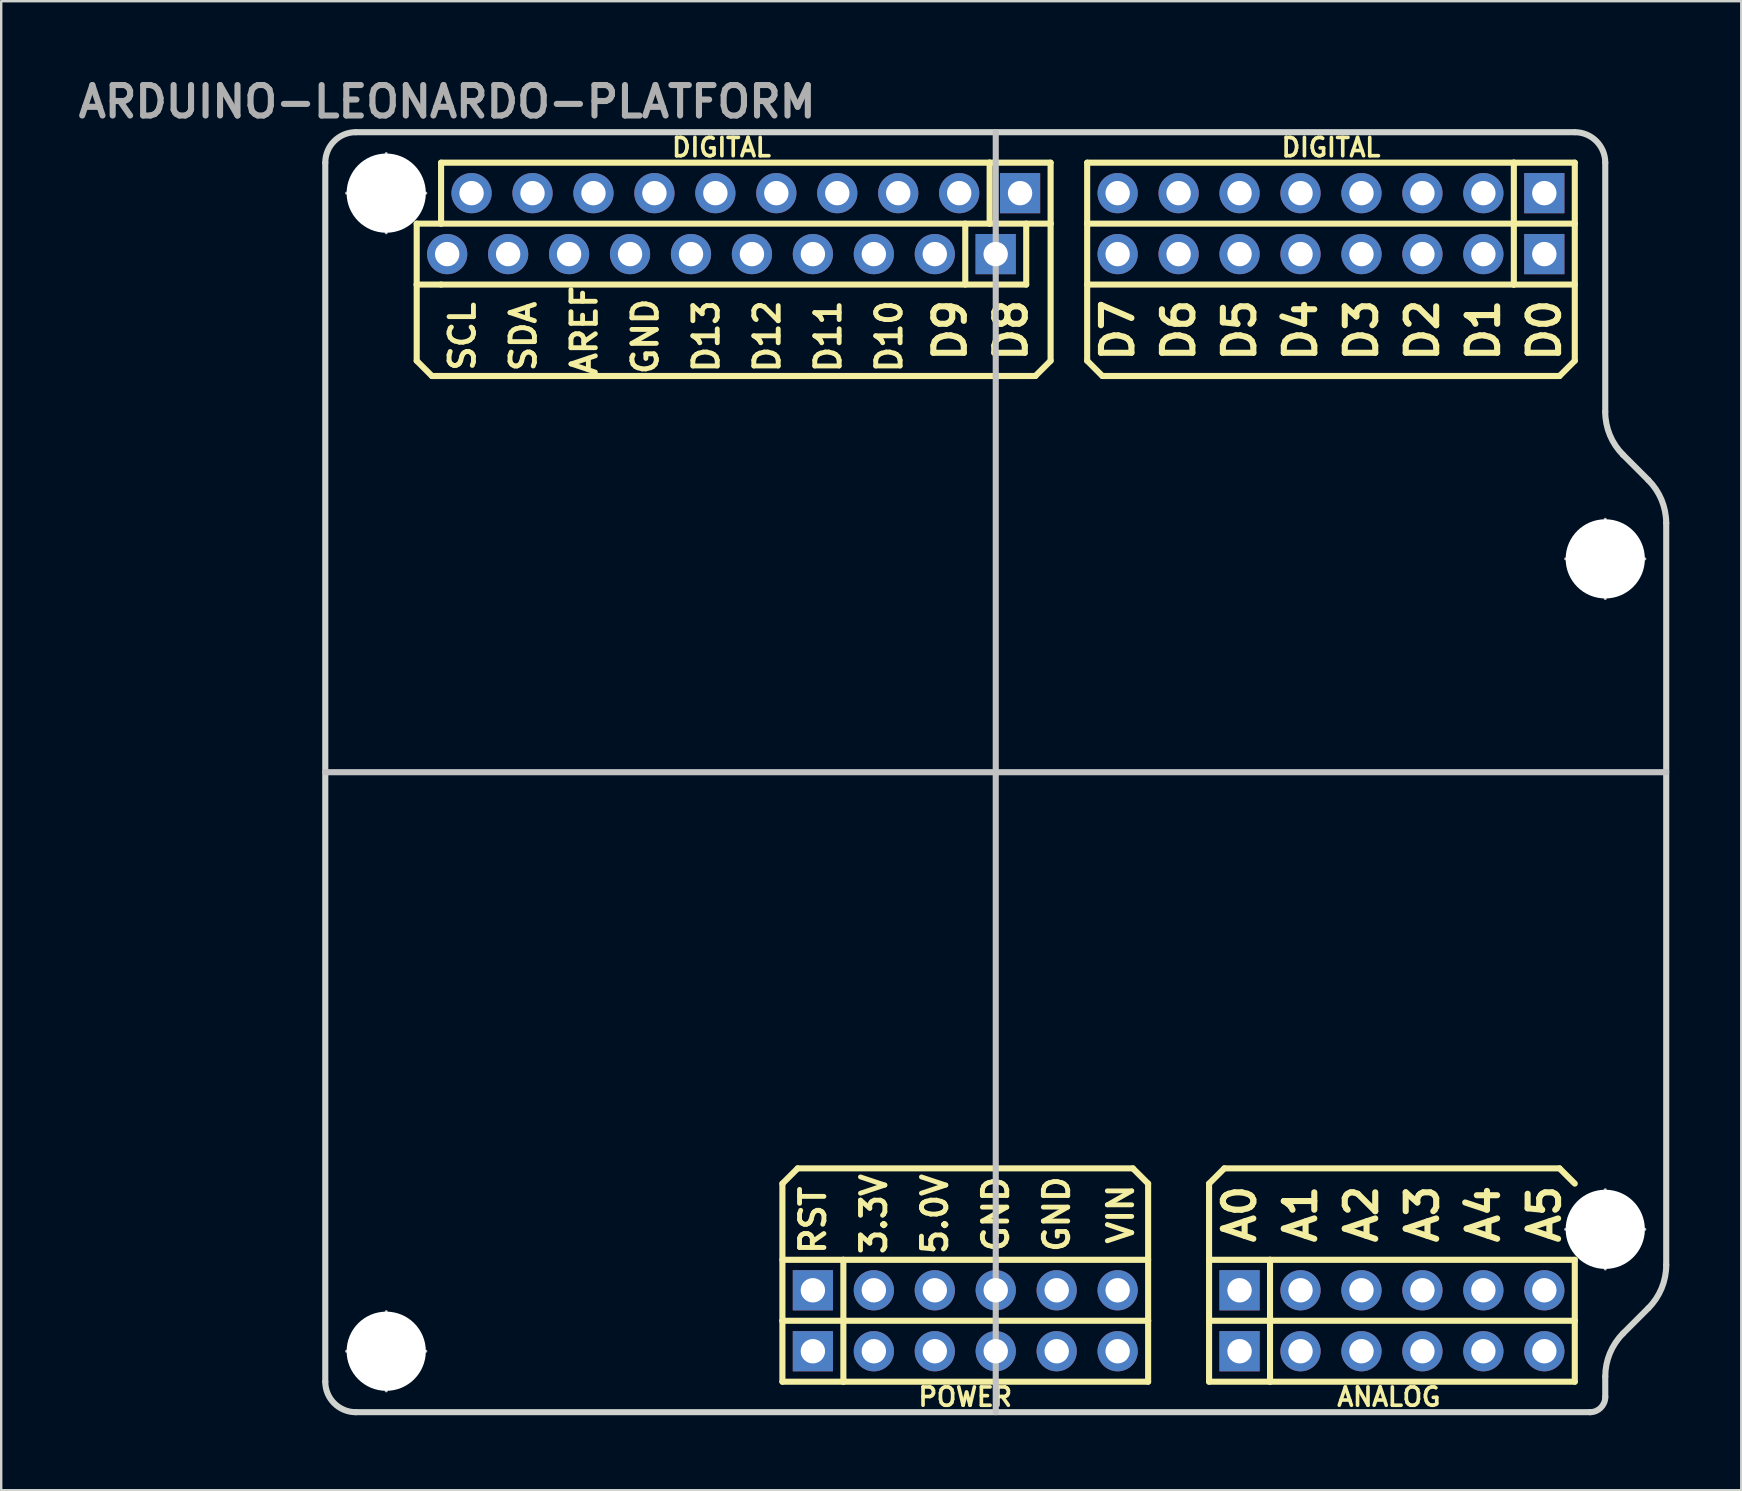
<source format=kicad_pcb>
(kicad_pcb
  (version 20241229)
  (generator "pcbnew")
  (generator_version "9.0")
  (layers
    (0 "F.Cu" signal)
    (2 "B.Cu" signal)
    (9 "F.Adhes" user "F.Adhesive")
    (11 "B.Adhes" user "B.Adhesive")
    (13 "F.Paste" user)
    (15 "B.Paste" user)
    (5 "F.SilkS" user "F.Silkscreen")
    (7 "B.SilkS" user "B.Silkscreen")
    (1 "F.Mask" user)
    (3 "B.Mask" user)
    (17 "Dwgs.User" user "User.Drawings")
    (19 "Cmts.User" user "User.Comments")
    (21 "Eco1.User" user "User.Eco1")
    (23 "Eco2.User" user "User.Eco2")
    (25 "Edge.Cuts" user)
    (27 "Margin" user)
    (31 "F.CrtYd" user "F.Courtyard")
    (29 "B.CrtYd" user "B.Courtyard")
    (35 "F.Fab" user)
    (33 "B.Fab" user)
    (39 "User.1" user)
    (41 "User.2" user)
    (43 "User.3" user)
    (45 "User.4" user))
  (footprint "ARDUINO-LEONARDO-PLATFORM"
    (layer "F.Cu")
    (at 10.505 55.799)
    (property "Reference" "ARDUINO-LEONARDO-PLATFORM" (at 5.08 -54.61 0) (layer "F.Fab") (effects (font (size 1.27 1.27) (thickness 0.254))))
    (attr through_hole)
    (fp_line (start 3.81 -49.53) (end 3.81 -46.99) (stroke (width 0.254) (type solid)) (layer "F.SilkS"))
    (fp_line (start 3.81 -46.99) (end 3.81 -43.815) (stroke (width 0.254) (type solid)) (layer "F.SilkS"))
    (fp_line (start 3.81 -46.99) (end 4.826 -46.99) (stroke (width 0.254) (type solid)) (layer "F.SilkS"))
    (fp_line (start 3.81 -43.815) (end 4.445 -43.18) (stroke (width 0.254) (type solid)) (layer "F.SilkS"))
    (fp_line (start 4.826 -52.07) (end 27.686 -52.07) (stroke (width 0.254) (type solid)) (layer "F.SilkS"))
    (fp_line (start 4.826 -49.53) (end 3.81 -49.53) (stroke (width 0.254) (type solid)) (layer "F.SilkS"))
    (fp_line (start 4.826 -49.53) (end 4.826 -52.07) (stroke (width 0.254) (type solid)) (layer "F.SilkS"))
    (fp_line (start 19.05 -9.525) (end 19.685 -10.16) (stroke (width 0.254) (type solid)) (layer "F.SilkS"))
    (fp_line (start 19.05 -6.35) (end 21.59 -6.35) (stroke (width 0.254) (type solid)) (layer "F.SilkS"))
    (fp_line (start 19.05 -3.81) (end 19.05 -9.525) (stroke (width 0.254) (type solid)) (layer "F.SilkS"))
    (fp_line (start 19.05 -3.81) (end 21.59 -3.81) (stroke (width 0.254) (type solid)) (layer "F.SilkS"))
    (fp_line (start 19.05 -1.27) (end 19.05 -3.81) (stroke (width 0.254) (type solid)) (layer "F.SilkS"))
    (fp_line (start 19.685 -10.16) (end 33.655 -10.16) (stroke (width 0.254) (type solid)) (layer "F.SilkS"))
    (fp_line (start 21.59 -6.35) (end 21.59 -3.81) (stroke (width 0.254) (type solid)) (layer "F.SilkS"))
    (fp_line (start 21.59 -6.35) (end 34.29 -6.35) (stroke (width 0.254) (type solid)) (layer "F.SilkS"))
    (fp_line (start 21.59 -3.81) (end 21.59 -1.27) (stroke (width 0.254) (type solid)) (layer "F.SilkS"))
    (fp_line (start 21.59 -3.81) (end 34.29 -3.81) (stroke (width 0.254) (type solid)) (layer "F.SilkS"))
    (fp_line (start 21.59 -1.27) (end 19.05 -1.27) (stroke (width 0.254) (type solid)) (layer "F.SilkS"))
    (fp_line (start 26.67 -46.99) (end 26.67 -49.53) (stroke (width 0.254) (type solid)) (layer "F.SilkS"))
    (fp_line (start 27.686 -52.07) (end 30.226 -52.07) (stroke (width 0.254) (type solid)) (layer "F.SilkS"))
    (fp_line (start 27.686 -49.53) (end 4.826 -49.53) (stroke (width 0.254) (type solid)) (layer "F.SilkS"))
    (fp_line (start 27.686 -49.53) (end 27.686 -52.07) (stroke (width 0.254) (type solid)) (layer "F.SilkS"))
    (fp_line (start 29.21 -46.99) (end 4.826 -46.99) (stroke (width 0.254) (type solid)) (layer "F.SilkS"))
    (fp_line (start 29.21 -46.99) (end 29.21 -49.53) (stroke (width 0.254) (type solid)) (layer "F.SilkS"))
    (fp_line (start 29.591 -43.18) (end 4.445 -43.18) (stroke (width 0.254) (type solid)) (layer "F.SilkS"))
    (fp_line (start 30.226 -52.07) (end 30.226 -49.53) (stroke (width 0.254) (type solid)) (layer "F.SilkS"))
    (fp_line (start 30.226 -49.53) (end 27.686 -49.53) (stroke (width 0.254) (type solid)) (layer "F.SilkS"))
    (fp_line (start 30.226 -49.53) (end 30.226 -43.815) (stroke (width 0.254) (type solid)) (layer "F.SilkS"))
    (fp_line (start 30.226 -43.815) (end 29.591 -43.18) (stroke (width 0.254) (type solid)) (layer "F.SilkS"))
    (fp_line (start 31.75 -52.07) (end 49.53 -52.07) (stroke (width 0.254) (type solid)) (layer "F.SilkS"))
    (fp_line (start 31.75 -49.53) (end 31.75 -52.07) (stroke (width 0.254) (type solid)) (layer "F.SilkS"))
    (fp_line (start 31.75 -49.53) (end 31.75 -43.815) (stroke (width 0.254) (type solid)) (layer "F.SilkS"))
    (fp_line (start 31.75 -43.815) (end 32.385 -43.18) (stroke (width 0.254) (type solid)) (layer "F.SilkS"))
    (fp_line (start 33.655 -10.16) (end 34.29 -9.525) (stroke (width 0.254) (type solid)) (layer "F.SilkS"))
    (fp_line (start 34.29 -3.81) (end 34.29 -9.525) (stroke (width 0.254) (type solid)) (layer "F.SilkS"))
    (fp_line (start 34.29 -3.81) (end 34.29 -1.27) (stroke (width 0.254) (type solid)) (layer "F.SilkS"))
    (fp_line (start 34.29 -1.27) (end 21.59 -1.27) (stroke (width 0.254) (type solid)) (layer "F.SilkS"))
    (fp_line (start 36.83 -9.525) (end 37.465 -10.16) (stroke (width 0.254) (type solid)) (layer "F.SilkS"))
    (fp_line (start 36.83 -6.35) (end 39.37 -6.35) (stroke (width 0.254) (type solid)) (layer "F.SilkS"))
    (fp_line (start 36.83 -3.81) (end 36.83 -9.525) (stroke (width 0.254) (type solid)) (layer "F.SilkS"))
    (fp_line (start 36.83 -3.81) (end 39.37 -3.81) (stroke (width 0.254) (type solid)) (layer "F.SilkS"))
    (fp_line (start 36.83 -1.27) (end 36.83 -3.81) (stroke (width 0.254) (type solid)) (layer "F.SilkS"))
    (fp_line (start 37.465 -10.16) (end 51.435 -10.16) (stroke (width 0.254) (type solid)) (layer "F.SilkS"))
    (fp_line (start 39.37 -6.35) (end 39.37 -3.81) (stroke (width 0.254) (type solid)) (layer "F.SilkS"))
    (fp_line (start 39.37 -6.35) (end 52.07 -6.35) (stroke (width 0.254) (type solid)) (layer "F.SilkS"))
    (fp_line (start 39.37 -3.81) (end 39.37 -1.27) (stroke (width 0.254) (type solid)) (layer "F.SilkS"))
    (fp_line (start 39.37 -3.81) (end 52.07 -3.81) (stroke (width 0.254) (type solid)) (layer "F.SilkS"))
    (fp_line (start 39.37 -1.27) (end 36.83 -1.27) (stroke (width 0.254) (type solid)) (layer "F.SilkS"))
    (fp_line (start 49.53 -52.07) (end 52.07 -52.07) (stroke (width 0.254) (type solid)) (layer "F.SilkS"))
    (fp_line (start 49.53 -49.53) (end 31.75 -49.53) (stroke (width 0.254) (type solid)) (layer "F.SilkS"))
    (fp_line (start 49.53 -49.53) (end 49.53 -52.07) (stroke (width 0.254) (type solid)) (layer "F.SilkS"))
    (fp_line (start 49.53 -46.99) (end 31.75 -46.99) (stroke (width 0.254) (type solid)) (layer "F.SilkS"))
    (fp_line (start 49.53 -46.99) (end 49.53 -49.53) (stroke (width 0.254) (type solid)) (layer "F.SilkS"))
    (fp_line (start 51.435 -43.18) (end 32.385 -43.18) (stroke (width 0.254) (type solid)) (layer "F.SilkS"))
    (fp_line (start 52.07 -52.07) (end 52.07 -49.53) (stroke (width 0.254) (type solid)) (layer "F.SilkS"))
    (fp_line (start 52.07 -49.53) (end 49.53 -49.53) (stroke (width 0.254) (type solid)) (layer "F.SilkS"))
    (fp_line (start 52.07 -49.53) (end 52.07 -43.815) (stroke (width 0.254) (type solid)) (layer "F.SilkS"))
    (fp_line (start 52.07 -46.99) (end 49.53 -46.99) (stroke (width 0.254) (type solid)) (layer "F.SilkS"))
    (fp_line (start 52.07 -43.815) (end 51.435 -43.18) (stroke (width 0.254) (type solid)) (layer "F.SilkS"))
    (fp_line (start 52.07 -9.525) (end 51.435 -10.16) (stroke (width 0.254) (type solid)) (layer "F.SilkS"))
    (fp_line (start 52.07 -3.81) (end 52.07 -6.35) (stroke (width 0.254) (type solid)) (layer "F.SilkS"))
    (fp_line (start 52.07 -3.81) (end 52.07 -1.27) (stroke (width 0.254) (type solid)) (layer "F.SilkS"))
    (fp_line (start 52.07 -1.27) (end 39.37 -1.27) (stroke (width 0.254) (type solid)) (layer "F.SilkS"))
    (fp_line (start 0 -26.67) (end 55.88 -26.67) (stroke (width 0.254) (type solid)) (layer "Dwgs.User"))
    (fp_line (start 0.889 -50.8) (end 4.188 -50.8) (stroke (width 0.127) (type solid)) (layer "Dwgs.User"))
    (fp_line (start 0.889 -2.54) (end 4.188 -2.54) (stroke (width 0.127) (type solid)) (layer "Dwgs.User"))
    (fp_line (start 2.54 -49.149) (end 2.54 -52.448) (stroke (width 0.127) (type solid)) (layer "Dwgs.User"))
    (fp_line (start 2.54 -0.889) (end 2.54 -4.188) (stroke (width 0.127) (type solid)) (layer "Dwgs.User"))
    (fp_line (start 27.94 0) (end 27.94 -53.34) (stroke (width 0.254) (type solid)) (layer "Dwgs.User"))
    (fp_line (start 51.689 -35.56) (end 54.988 -35.56) (stroke (width 0.127) (type solid)) (layer "Dwgs.User"))
    (fp_line (start 51.689 -7.62) (end 54.988 -7.62) (stroke (width 0.127) (type solid)) (layer "Dwgs.User"))
    (fp_line (start 53.34 -33.909) (end 53.34 -37.208) (stroke (width 0.127) (type solid)) (layer "Dwgs.User"))
    (fp_line (start 53.34 -5.969) (end 53.34 -9.268) (stroke (width 0.127) (type solid)) (layer "Dwgs.User"))
    (fp_line (start 0 -1.27) (end 0 -52.07) (stroke (width 0.254) (type solid)) (layer "Edge.Cuts"))
    (fp_line (start 1.27 -53.34) (end 52.07 -53.34) (stroke (width 0.254) (type solid)) (layer "Edge.Cuts"))
    (fp_line (start 52.705 0) (end 1.27 0) (stroke (width 0.254) (type solid)) (layer "Edge.Cuts"))
    (fp_line (start 53.34 -52.07) (end 53.34 -41.692) (stroke (width 0.254) (type solid)) (layer "Edge.Cuts"))
    (fp_line (start 53.34 -1.486) (end 53.34 -0.635) (stroke (width 0.254) (type solid)) (layer "Edge.Cuts"))
    (fp_line (start 54.082 -39.896) (end 55.136 -38.842) (stroke (width 0.254) (type solid)) (layer "Edge.Cuts"))
    (fp_line (start 55.136 -4.336) (end 54.082 -3.282) (stroke (width 0.254) (type solid)) (layer "Edge.Cuts"))
    (fp_line (start 55.88 -37.046) (end 55.88 -6.132) (stroke (width 0.254) (type solid)) (layer "Edge.Cuts"))
    (fp_arc (start 0 -52.07) (mid 0.371974 -52.968026) (end 1.27 -53.34) (stroke (width 0.254) (type solid)) (layer "Edge.Cuts"))
    (fp_arc (start 1.27 0) (mid 0.371974 -0.371974) (end 0 -1.27) (stroke (width 0.254) (type solid)) (layer "Edge.Cuts"))
    (fp_arc (start 52.07 -53.34) (mid 52.968026 -52.968026) (end 53.34 -52.07) (stroke (width 0.254) (type solid)) (layer "Edge.Cuts"))
    (fp_arc (start 53.34 -1.4859) (mid 53.532499 -2.455868) (end 54.080817 -3.278814) (stroke (width 0.254) (type solid)) (layer "Edge.Cuts"))
    (fp_arc (start 53.34 -0.635) (mid 53.154013 -0.185987) (end 52.705 0) (stroke (width 0.254) (type solid)) (layer "Edge.Cuts"))
    (fp_arc (start 54.08168 -39.89578) (mid 53.532202 -40.718613) (end 53.338588 -41.68892) (stroke (width 0.254) (type solid)) (layer "Edge.Cuts"))
    (fp_arc (start 55.13578 -38.84168) (mid 55.685451 -38.019816) (end 55.879613 -37.050332) (stroke (width 0.254) (type solid)) (layer "Edge.Cuts"))
    (fp_arc (start 55.88 -6.13156) (mid 55.687501 -5.161592) (end 55.139183 -4.338646) (stroke (width 0.254) (type solid)) (layer "Edge.Cuts"))
    (fp_text user "AREF" (at 10.795 -45.085 90) (layer "F.SilkS") (effects (font (size 1.016 1.016) (thickness 0.203))))
    (fp_text user "A5" (at 50.8 -8.255 90) (layer "F.SilkS") (effects (font (size 1.27 1.27) (thickness 0.254))))
    (fp_text user "RST" (at 20.32 -8.001 90) (layer "F.SilkS") (effects (font (size 1.016 1.016) (thickness 0.203))))
    (fp_text user "5.0V" (at 25.4 -8.255 90) (layer "F.SilkS") (effects (font (size 1.016 1.016) (thickness 0.203))))
    (fp_text user "D12" (at 18.415 -44.831 270) (layer "F.SilkS") (effects (font (size 1.016 1.016) (thickness 0.203))))
    (fp_text user "VIN" (at 33.147 -8.255 90) (layer "F.SilkS") (effects (font (size 1.016 1.016) (thickness 0.203))))
    (fp_text user "D13" (at 15.875 -44.831 270) (layer "F.SilkS") (effects (font (size 1.016 1.016) (thickness 0.203))))
    (fp_text user "3.3V" (at 22.86 -8.255 90) (layer "F.SilkS") (effects (font (size 1.016 1.016) (thickness 0.203))))
    (fp_text user "A2" (at 43.18 -8.255 90) (layer "F.SilkS") (effects (font (size 1.27 1.27) (thickness 0.254))))
    (fp_text user "D6" (at 35.56 -45.085 270) (layer "F.SilkS") (effects (font (size 1.27 1.27) (thickness 0.254))))
    (fp_text user "D8" (at 28.575 -45.085 270) (layer "F.SilkS") (effects (font (size 1.27 1.27) (thickness 0.254))))
    (fp_text user "D11" (at 20.955 -44.831 270) (layer "F.SilkS") (effects (font (size 1.016 1.016) (thickness 0.203))))
    (fp_text user "SDA" (at 8.255 -44.831 90) (layer "F.SilkS") (effects (font (size 1.016 1.016) (thickness 0.203))))
    (fp_text user "D5" (at 38.1 -45.085 270) (layer "F.SilkS") (effects (font (size 1.27 1.27) (thickness 0.254))))
    (fp_text user "D2" (at 45.72 -45.085 270) (layer "F.SilkS") (effects (font (size 1.27 1.27) (thickness 0.254))))
    (fp_text user "GND" (at 13.335 -44.831 270) (layer "F.SilkS") (effects (font (size 1.016 1.016) (thickness 0.203))))
    (fp_text user "A0" (at 38.1 -8.255 90) (layer "F.SilkS") (effects (font (size 1.27 1.27) (thickness 0.254))))
    (fp_text user "SCL" (at 5.715 -44.831 270) (layer "F.SilkS") (effects (font (size 1.016 1.016) (thickness 0.203))))
    (fp_text user "A3" (at 45.72 -8.255 90) (layer "F.SilkS") (effects (font (size 1.27 1.27) (thickness 0.254))))
    (fp_text user "DIGITAL" (at 41.91 -52.705 0) (layer "F.SilkS") (effects (font (size 0.762 0.762) (thickness 0.152))))
    (fp_text user "A4" (at 48.26 -8.255 90) (layer "F.SilkS") (effects (font (size 1.27 1.27) (thickness 0.254))))
    (fp_text user "D9" (at 26.035 -45.085 270) (layer "F.SilkS") (effects (font (size 1.27 1.27) (thickness 0.254))))
    (fp_text user "A1" (at 40.64 -8.255 90) (layer "F.SilkS") (effects (font (size 1.27 1.27) (thickness 0.254))))
    (fp_text user "GND" (at 30.48 -8.255 90) (layer "F.SilkS") (effects (font (size 1.016 1.016) (thickness 0.203))))
    (fp_text user "D7" (at 33.02 -45.085 270) (layer "F.SilkS") (effects (font (size 1.27 1.27) (thickness 0.254))))
    (fp_text user "D1" (at 48.26 -45.085 270) (layer "F.SilkS") (effects (font (size 1.27 1.27) (thickness 0.254))))
    (fp_text user "D3" (at 43.18 -45.085 270) (layer "F.SilkS") (effects (font (size 1.27 1.27) (thickness 0.254))))
    (fp_text user "DIGITAL" (at 16.51 -52.705 0) (layer "F.SilkS") (effects (font (size 0.762 0.762) (thickness 0.152))))
    (fp_text user "D10" (at 23.495 -44.831 270) (layer "F.SilkS") (effects (font (size 1.016 1.016) (thickness 0.203))))
    (fp_text user "D4" (at 40.64 -45.085 270) (layer "F.SilkS") (effects (font (size 1.27 1.27) (thickness 0.254))))
    (fp_text user "POWER" (at 26.67 -0.635 180) (layer "F.SilkS") (effects (font (size 0.762 0.762) (thickness 0.152))))
    (fp_text user "D0" (at 50.8 -45.085 270) (layer "F.SilkS") (effects (font (size 1.27 1.27) (thickness 0.254))))
    (fp_text user "GND" (at 27.94 -8.255 90) (layer "F.SilkS") (effects (font (size 1.016 1.016) (thickness 0.203))))
    (fp_text user "ANALOG" (at 44.323 -0.635 180) (layer "F.SilkS") (effects (font (size 0.762 0.762) (thickness 0.152))))
    (pad "" np_thru_hole circle (at 2.54 -50.8) (size 3.3 3.3) (drill 3.3) (layers "*.Cu" "*.Mask"))
    (pad "" np_thru_hole circle (at 2.54 -2.54) (size 3.3 3.3) (drill 3.3) (layers "*.Cu" "*.Mask"))
    (pad "" np_thru_hole circle (at 53.34 -35.56) (size 3.3 3.3) (drill 3.3) (layers "*.Cu" "*.Mask"))
    (pad "" np_thru_hole circle (at 53.34 -7.62) (size 3.3 3.3) (drill 3.3) (layers "*.Cu" "*.Mask"))
    (pad "1" thru_hole rect (at 20.32 -5.08) (size 1.676 1.676) (drill 1.016) (layers "*.Cu" "*.Mask"))
    (pad "1" thru_hole rect (at 20.32 -2.54) (size 1.676 1.676) (drill 1.016) (layers "*.Cu" "*.Mask"))
    (pad "2" thru_hole circle (at 22.86 -5.08) (size 1.676 1.676) (drill 1.016) (layers "*.Cu" "*.Mask"))
    (pad "2" thru_hole circle (at 22.86 -2.54) (size 1.676 1.676) (drill 1.016) (layers "*.Cu" "*.Mask"))
    (pad "3" thru_hole circle (at 25.4 -5.08) (size 1.676 1.676) (drill 1.016) (layers "*.Cu" "*.Mask"))
    (pad "3" thru_hole circle (at 25.4 -2.54) (size 1.676 1.676) (drill 1.016) (layers "*.Cu" "*.Mask"))
    (pad "4" thru_hole circle (at 27.94 -5.08) (size 1.676 1.676) (drill 1.016) (layers "*.Cu" "*.Mask"))
    (pad "4" thru_hole circle (at 27.94 -2.54) (size 1.676 1.676) (drill 1.016) (layers "*.Cu" "*.Mask"))
    (pad "5" thru_hole circle (at 30.48 -5.08) (size 1.676 1.676) (drill 1.016) (layers "*.Cu" "*.Mask"))
    (pad "5" thru_hole circle (at 30.48 -2.54) (size 1.676 1.676) (drill 1.016) (layers "*.Cu" "*.Mask"))
    (pad "6" thru_hole circle (at 33.02 -5.08) (size 1.676 1.676) (drill 1.016) (layers "*.Cu" "*.Mask"))
    (pad "6" thru_hole circle (at 33.02 -2.54) (size 1.676 1.676) (drill 1.016) (layers "*.Cu" "*.Mask"))
    (pad "7" thru_hole rect (at 38.1 -5.08) (size 1.676 1.676) (drill 1.016) (layers "*.Cu" "*.Mask"))
    (pad "7" thru_hole rect (at 38.1 -2.54) (size 1.676 1.676) (drill 1.016) (layers "*.Cu" "*.Mask"))
    (pad "8" thru_hole circle (at 40.64 -5.08) (size 1.676 1.676) (drill 1.016) (layers "*.Cu" "*.Mask"))
    (pad "8" thru_hole circle (at 40.64 -2.54) (size 1.676 1.676) (drill 1.016) (layers "*.Cu" "*.Mask"))
    (pad "9" thru_hole circle (at 43.18 -5.08) (size 1.676 1.676) (drill 1.016) (layers "*.Cu" "*.Mask"))
    (pad "9" thru_hole circle (at 43.18 -2.54) (size 1.676 1.676) (drill 1.016) (layers "*.Cu" "*.Mask"))
    (pad "10" thru_hole circle (at 45.72 -5.08) (size 1.676 1.676) (drill 1.016) (layers "*.Cu" "*.Mask"))
    (pad "10" thru_hole circle (at 45.72 -2.54) (size 1.676 1.676) (drill 1.016) (layers "*.Cu" "*.Mask"))
    (pad "11" thru_hole circle (at 48.26 -5.08) (size 1.676 1.676) (drill 1.016) (layers "*.Cu" "*.Mask"))
    (pad "11" thru_hole circle (at 48.26 -2.54) (size 1.676 1.676) (drill 1.016) (layers "*.Cu" "*.Mask"))
    (pad "12" thru_hole circle (at 50.8 -5.08) (size 1.676 1.676) (drill 1.016) (layers "*.Cu" "*.Mask"))
    (pad "12" thru_hole circle (at 50.8 -2.54) (size 1.676 1.676) (drill 1.016) (layers "*.Cu" "*.Mask"))
    (pad "13" thru_hole rect (at 50.8 -50.8) (size 1.676 1.676) (drill 1.016) (layers "*.Cu" "*.Mask"))
    (pad "13" thru_hole rect (at 50.8 -48.26) (size 1.676 1.676) (drill 1.016) (layers "*.Cu" "*.Mask"))
    (pad "14" thru_hole circle (at 48.26 -50.8) (size 1.676 1.676) (drill 1.016) (layers "*.Cu" "*.Mask"))
    (pad "14" thru_hole circle (at 48.26 -48.26) (size 1.676 1.676) (drill 1.016) (layers "*.Cu" "*.Mask"))
    (pad "15" thru_hole circle (at 45.72 -50.8) (size 1.676 1.676) (drill 1.016) (layers "*.Cu" "*.Mask"))
    (pad "15" thru_hole circle (at 45.72 -48.26) (size 1.676 1.676) (drill 1.016) (layers "*.Cu" "*.Mask"))
    (pad "16" thru_hole circle (at 43.18 -50.8) (size 1.676 1.676) (drill 1.016) (layers "*.Cu" "*.Mask"))
    (pad "16" thru_hole circle (at 43.18 -48.26) (size 1.676 1.676) (drill 1.016) (layers "*.Cu" "*.Mask"))
    (pad "17" thru_hole circle (at 40.64 -50.8) (size 1.676 1.676) (drill 1.016) (layers "*.Cu" "*.Mask"))
    (pad "17" thru_hole circle (at 40.64 -48.26) (size 1.676 1.676) (drill 1.016) (layers "*.Cu" "*.Mask"))
    (pad "18" thru_hole circle (at 38.1 -50.8) (size 1.676 1.676) (drill 1.016) (layers "*.Cu" "*.Mask"))
    (pad "18" thru_hole circle (at 38.1 -48.26) (size 1.676 1.676) (drill 1.016) (layers "*.Cu" "*.Mask"))
    (pad "19" thru_hole circle (at 35.56 -50.8) (size 1.676 1.676) (drill 1.016) (layers "*.Cu" "*.Mask"))
    (pad "19" thru_hole circle (at 35.56 -48.26) (size 1.676 1.676) (drill 1.016) (layers "*.Cu" "*.Mask"))
    (pad "20" thru_hole circle (at 33.02 -50.8) (size 1.676 1.676) (drill 1.016) (layers "*.Cu" "*.Mask"))
    (pad "20" thru_hole circle (at 33.02 -48.26) (size 1.676 1.676) (drill 1.016) (layers "*.Cu" "*.Mask"))
    (pad "21" thru_hole rect (at 27.937 -48.26) (size 1.676 1.676) (drill 1.016) (layers "*.Cu" "*.Mask"))
    (pad "21" thru_hole rect (at 28.953 -50.8) (size 1.676 1.676) (drill 1.016) (layers "*.Cu" "*.Mask"))
    (pad "22" thru_hole circle (at 25.4 -48.26) (size 1.676 1.676) (drill 1.016) (layers "*.Cu" "*.Mask"))
    (pad "22" thru_hole circle (at 26.416 -50.8) (size 1.676 1.676) (drill 1.016) (layers "*.Cu" "*.Mask"))
    (pad "23" thru_hole circle (at 22.86 -48.26) (size 1.676 1.676) (drill 1.016) (layers "*.Cu" "*.Mask"))
    (pad "23" thru_hole circle (at 23.876 -50.8) (size 1.676 1.676) (drill 1.016) (layers "*.Cu" "*.Mask"))
    (pad "24" thru_hole circle (at 20.32 -48.26) (size 1.676 1.676) (drill 1.016) (layers "*.Cu" "*.Mask"))
    (pad "24" thru_hole circle (at 21.336 -50.8) (size 1.676 1.676) (drill 1.016) (layers "*.Cu" "*.Mask"))
    (pad "25" thru_hole circle (at 17.78 -48.26) (size 1.676 1.676) (drill 1.016) (layers "*.Cu" "*.Mask"))
    (pad "25" thru_hole circle (at 18.796 -50.8) (size 1.676 1.676) (drill 1.016) (layers "*.Cu" "*.Mask"))
    (pad "26" thru_hole circle (at 15.24 -48.26) (size 1.676 1.676) (drill 1.016) (layers "*.Cu" "*.Mask"))
    (pad "26" thru_hole circle (at 16.256 -50.8) (size 1.676 1.676) (drill 1.016) (layers "*.Cu" "*.Mask"))
    (pad "27" thru_hole circle (at 12.7 -48.26) (size 1.676 1.676) (drill 1.016) (layers "*.Cu" "*.Mask"))
    (pad "27" thru_hole circle (at 13.716 -50.8) (size 1.676 1.676) (drill 1.016) (layers "*.Cu" "*.Mask"))
    (pad "28" thru_hole circle (at 10.16 -48.26) (size 1.676 1.676) (drill 1.016) (layers "*.Cu" "*.Mask"))
    (pad "28" thru_hole circle (at 11.176 -50.8) (size 1.676 1.676) (drill 1.016) (layers "*.Cu" "*.Mask"))
    (pad "29" thru_hole circle (at 7.62 -48.26) (size 1.676 1.676) (drill 1.016) (layers "*.Cu" "*.Mask"))
    (pad "29" thru_hole circle (at 8.636 -50.8) (size 1.676 1.676) (drill 1.016) (layers "*.Cu" "*.Mask"))
    (pad "30" thru_hole circle (at 5.08 -48.26) (size 1.676 1.676) (drill 1.016) (layers "*.Cu" "*.Mask"))
    (pad "30" thru_hole circle (at 6.096 -50.8) (size 1.676 1.676) (drill 1.016) (layers "*.Cu" "*.Mask")))
  (gr_rect
    (start -3 -3)
    (end 69.512 59.049)
    (stroke (width 0.1) (type default))
    (fill no)
    (layer "Edge.Cuts")))
</source>
